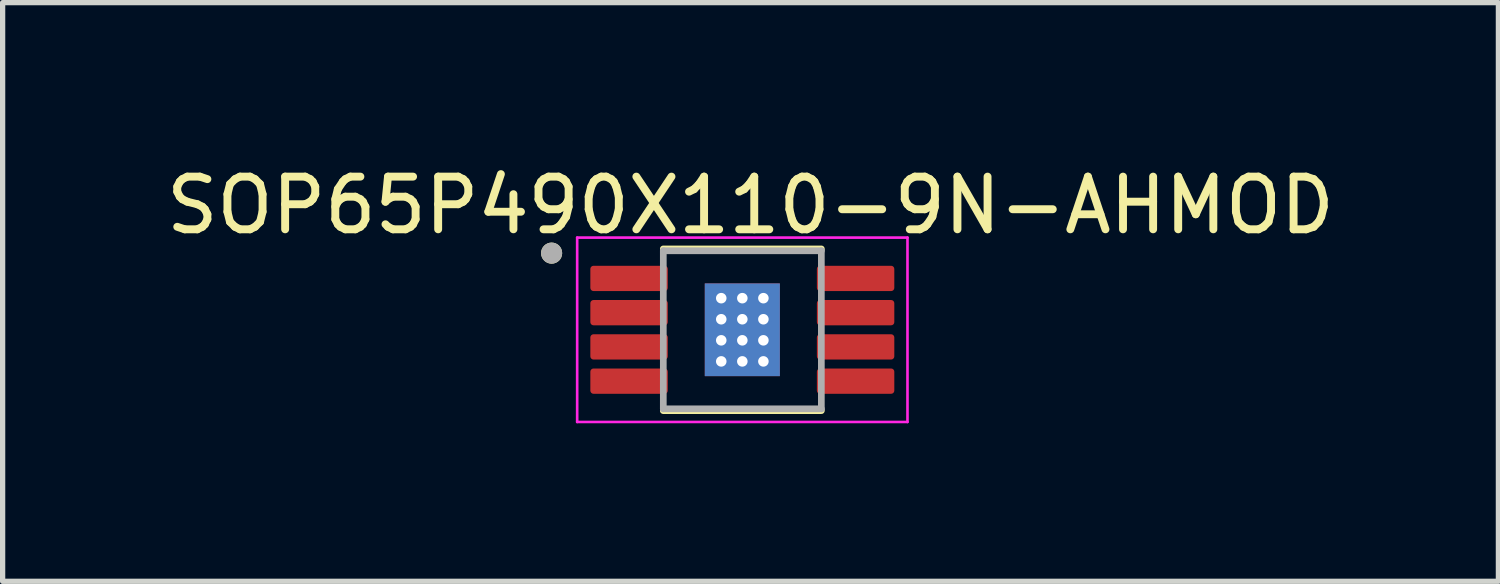
<source format=kicad_pcb>
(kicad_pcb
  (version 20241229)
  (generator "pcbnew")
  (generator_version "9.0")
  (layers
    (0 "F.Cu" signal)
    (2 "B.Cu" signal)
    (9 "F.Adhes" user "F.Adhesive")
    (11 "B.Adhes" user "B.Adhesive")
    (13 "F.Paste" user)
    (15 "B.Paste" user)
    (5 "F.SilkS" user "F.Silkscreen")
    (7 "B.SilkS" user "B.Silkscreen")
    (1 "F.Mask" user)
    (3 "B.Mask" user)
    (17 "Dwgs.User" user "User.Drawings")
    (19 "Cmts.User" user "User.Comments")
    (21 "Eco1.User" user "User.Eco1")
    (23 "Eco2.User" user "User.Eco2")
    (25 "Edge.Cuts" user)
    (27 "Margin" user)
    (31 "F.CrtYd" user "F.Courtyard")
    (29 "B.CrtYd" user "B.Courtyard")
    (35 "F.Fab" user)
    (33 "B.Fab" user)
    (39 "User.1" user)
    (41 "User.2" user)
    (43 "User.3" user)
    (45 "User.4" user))
  (footprint "SOP65P490X110-9N-AHMOD"
    (layer "F.Cu")
    (at 11.041 3.21)
    (property "Reference" "SOP65P490X110-9N-AHMOD" (at 0.155 -2.362 0) (layer "F.SilkS") (effects (font (size 1 1) (thickness 0.15))))
    (attr smd)
    (fp_line (start -1.5 -1.535) (end 1.5 -1.535) (stroke (width 0.127) (type solid)) (layer "F.SilkS"))
    (fp_line (start -1.5 1.535) (end 1.5 1.535) (stroke (width 0.127) (type solid)) (layer "F.SilkS"))
    (fp_circle (center -3.62 -1.455) (end -3.52 -1.455) (stroke (width 0.2) (type solid)) (fill no) (layer "F.SilkS"))
    (fp_poly (pts (xy -0.356 -0.44) (xy 0.356 -0.44) (xy 0.356 0.44) (xy -0.356 0.44)) (stroke (width 0.01) (type solid)) (fill yes) (layer "F.Paste"))
    (fp_line (start -3.135 -1.75) (end -3.135 1.75) (stroke (width 0.05) (type solid)) (layer "F.CrtYd"))
    (fp_line (start -3.135 -1.75) (end 3.135 -1.75) (stroke (width 0.05) (type solid)) (layer "F.CrtYd"))
    (fp_line (start -3.135 1.75) (end 3.135 1.75) (stroke (width 0.05) (type solid)) (layer "F.CrtYd"))
    (fp_line (start 3.135 -1.75) (end 3.135 1.75) (stroke (width 0.05) (type solid)) (layer "F.CrtYd"))
    (fp_line (start -1.5 -1.5) (end -1.5 1.5) (stroke (width 0.127) (type solid)) (layer "F.Fab"))
    (fp_line (start -1.5 -1.5) (end 1.5 -1.5) (stroke (width 0.127) (type solid)) (layer "F.Fab"))
    (fp_line (start -1.5 1.5) (end 1.5 1.5) (stroke (width 0.127) (type solid)) (layer "F.Fab"))
    (fp_line (start 1.5 -1.5) (end 1.5 1.5) (stroke (width 0.127) (type solid)) (layer "F.Fab"))
    (fp_circle (center -3.62 -1.455) (end -3.52 -1.455) (stroke (width 0.2) (type solid)) (fill no) (layer "F.Fab"))
    (pad "1" smd roundrect (at -2.15 -0.975) (size 1.47 0.48) (layers "F.Cu" "F.Mask" "F.Paste") (roundrect_rratio 0.125))
    (pad "2" smd roundrect (at -2.15 -0.325) (size 1.47 0.48) (layers "F.Cu" "F.Mask" "F.Paste") (roundrect_rratio 0.125))
    (pad "3" smd roundrect (at -2.15 0.325) (size 1.47 0.48) (layers "F.Cu" "F.Mask" "F.Paste") (roundrect_rratio 0.125))
    (pad "4" smd roundrect (at -2.15 0.975) (size 1.47 0.48) (layers "F.Cu" "F.Mask" "F.Paste") (roundrect_rratio 0.125))
    (pad "5" smd roundrect (at 2.15 0.975) (size 1.47 0.48) (layers "F.Cu" "F.Mask" "F.Paste") (roundrect_rratio 0.125))
    (pad "6" smd roundrect (at 2.15 0.325) (size 1.47 0.48) (layers "F.Cu" "F.Mask" "F.Paste") (roundrect_rratio 0.125))
    (pad "7" smd roundrect (at 2.15 -0.325) (size 1.47 0.48) (layers "F.Cu" "F.Mask" "F.Paste") (roundrect_rratio 0.125))
    (pad "8" smd roundrect (at 2.15 -0.975) (size 1.47 0.48) (layers "F.Cu" "F.Mask" "F.Paste") (roundrect_rratio 0.125))
    (pad "9" thru_hole custom (at -0.4 -0.6) (size 0.3 0.3) (drill 0.2) (property pad_prop_heatsink) (layers "*.Cu" "F.Mask") (options (anchor circle)) (primitives))
    (pad "9" thru_hole custom (at -0.4 -0.2) (size 0.3 0.3) (drill 0.2) (property pad_prop_heatsink) (layers "*.Cu" "F.Mask") (options (anchor circle)) (primitives))
    (pad "9" thru_hole custom (at -0.4 0.2) (size 0.3 0.3) (drill 0.2) (property pad_prop_heatsink) (layers "*.Cu" "F.Mask") (options (anchor circle)) (primitives))
    (pad "9" thru_hole custom (at -0.4 0.6) (size 0.3 0.3) (drill 0.2) (property pad_prop_heatsink) (layers "*.Cu" "F.Mask") (options (anchor circle)) (primitives))
    (pad "9" thru_hole custom (at 0 -0.6) (size 0.3 0.3) (drill 0.2) (property pad_prop_heatsink) (layers "*.Cu" "F.Mask") (options (anchor circle)) (primitives))
    (pad "9" thru_hole custom (at 0 -0.2) (size 0.3 0.3) (drill 0.2) (property pad_prop_heatsink) (layers "*.Cu" "F.Mask") (options (anchor circle)) (primitives))
    (pad "9" smd rect (at 0 0) (size 1.425 1.76) (layers "F.Cu" "F.Mask"))
    (pad "9" smd rect (at 0 0) (size 1.425 1.76) (layers "B.Cu"))
    (pad "9" thru_hole custom (at 0 0.2) (size 0.3 0.3) (drill 0.2) (property pad_prop_heatsink) (layers "*.Cu" "F.Mask") (options (anchor circle)) (primitives))
    (pad "9" thru_hole custom (at 0 0.6) (size 0.3 0.3) (drill 0.2) (property pad_prop_heatsink) (layers "*.Cu" "F.Mask") (options (anchor circle)) (primitives))
    (pad "9" thru_hole custom (at 0.4 -0.6) (size 0.3 0.3) (drill 0.2) (property pad_prop_heatsink) (layers "*.Cu" "F.Mask") (options (anchor circle)) (primitives))
    (pad "9" thru_hole custom (at 0.4 -0.2) (size 0.3 0.3) (drill 0.2) (property pad_prop_heatsink) (layers "*.Cu" "F.Mask") (options (anchor circle)) (primitives))
    (pad "9" thru_hole custom (at 0.4 0.2) (size 0.3 0.3) (drill 0.2) (property pad_prop_heatsink) (layers "*.Cu" "F.Mask") (options (anchor circle)) (primitives))
    (pad "9" thru_hole custom (at 0.4 0.6) (size 0.3 0.3) (drill 0.2) (property pad_prop_heatsink) (layers "*.Cu" "F.Mask") (options (anchor circle)) (primitives)))
  (gr_rect
    (start -3 -3)
    (end 25.393 7.985)
    (stroke (width 0.1) (type default))
    (fill no)
    (layer "Edge.Cuts")))
</source>
